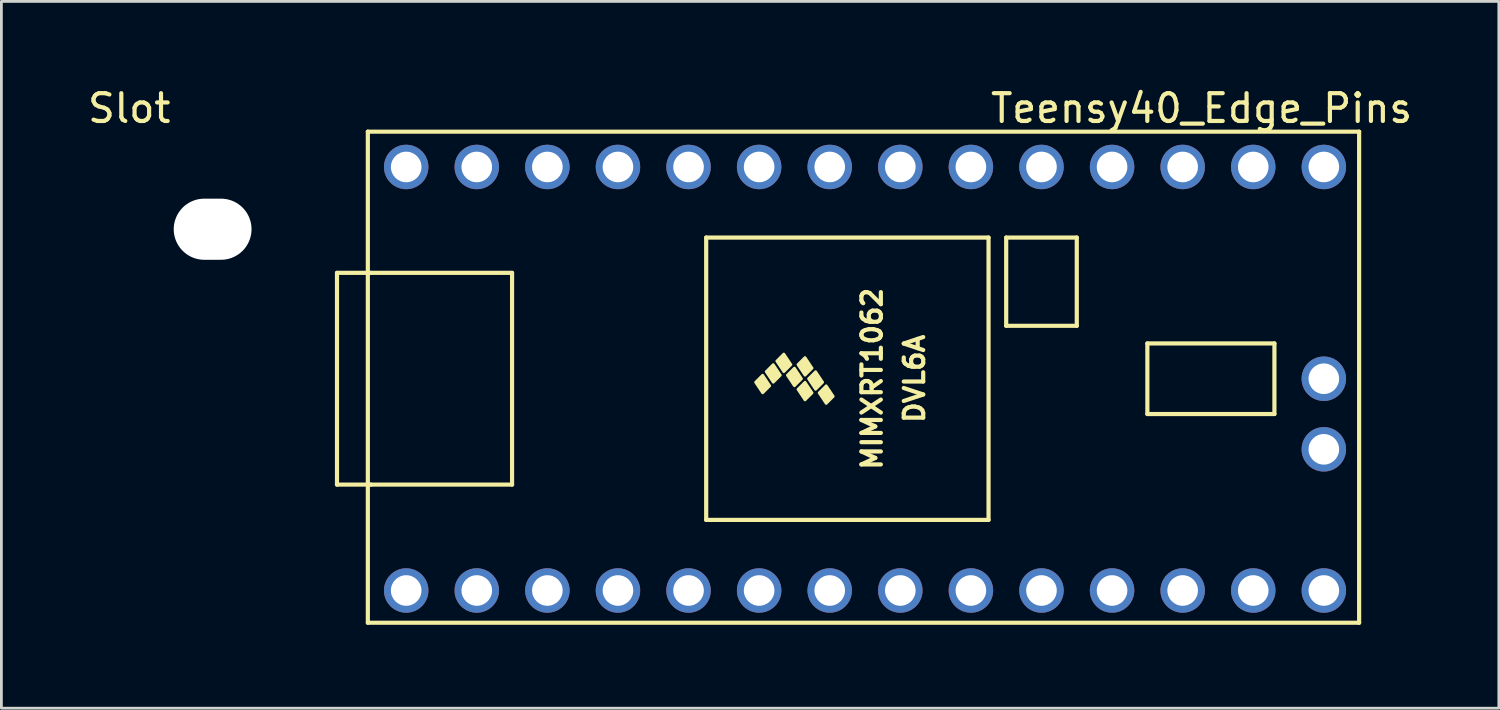
<source format=kicad_pcb>
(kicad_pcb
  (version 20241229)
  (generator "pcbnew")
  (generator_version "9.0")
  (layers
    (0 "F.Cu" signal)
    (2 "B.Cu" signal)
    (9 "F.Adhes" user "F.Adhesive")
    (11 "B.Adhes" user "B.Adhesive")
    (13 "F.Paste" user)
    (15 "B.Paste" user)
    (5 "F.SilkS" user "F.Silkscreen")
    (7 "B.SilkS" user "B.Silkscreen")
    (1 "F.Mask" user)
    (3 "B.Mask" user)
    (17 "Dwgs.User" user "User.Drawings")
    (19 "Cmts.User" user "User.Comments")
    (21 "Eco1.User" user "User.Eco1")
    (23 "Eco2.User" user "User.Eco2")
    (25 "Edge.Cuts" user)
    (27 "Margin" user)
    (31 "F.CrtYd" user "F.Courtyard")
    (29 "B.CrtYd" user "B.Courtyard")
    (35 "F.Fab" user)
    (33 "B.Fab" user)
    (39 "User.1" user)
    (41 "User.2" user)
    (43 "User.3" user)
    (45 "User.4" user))
  (footprint "Slot"
    (layer "F.Cu")
    (at 4.601 5.198)
    (property "Reference" "Slot" (at -3 -4.35 0) (layer "F.SilkS") (effects (font (size 1 1) (thickness 0.15))))
    (attr through_hole)
    (pad "" np_thru_hole oval (at 0 0) (size 2.8 2.2) (drill oval 2.8 2.2) (layers "*.Cu" "*.Mask")))
  (footprint "Teensy40_Edge_Pins"
    (layer "F.Cu")
    (at 28.076 10.578)
    (property "Reference" "Teensy40_Edge_Pins" (at 12.11 -9.73 0) (layer "F.SilkS") (effects (font (size 1 1) (thickness 0.15))))
    (attr through_hole)
    (fp_line (start -19 -3.81) (end -17.78 -3.81) (stroke (width 0.15) (type solid)) (layer "F.SilkS"))
    (fp_line (start -19 3.81) (end -19 -3.81) (stroke (width 0.15) (type solid)) (layer "F.SilkS"))
    (fp_line (start -17.89 -8.89) (end 17.78 -8.89) (stroke (width 0.15) (type solid)) (layer "F.SilkS"))
    (fp_line (start -17.89 8.78) (end -17.89 -8.89) (stroke (width 0.15) (type solid)) (layer "F.SilkS"))
    (fp_line (start -17.78 3.81) (end -19 3.81) (stroke (width 0.15) (type solid)) (layer "F.SilkS"))
    (fp_line (start -12.7 -3.81) (end -17.78 -3.81) (stroke (width 0.15) (type solid)) (layer "F.SilkS"))
    (fp_line (start -12.7 3.81) (end -17.78 3.81) (stroke (width 0.15) (type solid)) (layer "F.SilkS"))
    (fp_line (start -12.7 3.81) (end -12.7 -3.81) (stroke (width 0.15) (type solid)) (layer "F.SilkS"))
    (fp_line (start -5.715 -5.08) (end -5.715 5.08) (stroke (width 0.15) (type solid)) (layer "F.SilkS"))
    (fp_line (start 4.445 -5.08) (end -5.715 -5.08) (stroke (width 0.15) (type solid)) (layer "F.SilkS"))
    (fp_line (start 4.445 5.08) (end -5.715 5.08) (stroke (width 0.15) (type solid)) (layer "F.SilkS"))
    (fp_line (start 4.445 5.08) (end 4.445 -5.08) (stroke (width 0.15) (type solid)) (layer "F.SilkS"))
    (fp_line (start 5.08 -5.08) (end 7.62 -5.08) (stroke (width 0.15) (type solid)) (layer "F.SilkS"))
    (fp_line (start 5.08 -1.905) (end 5.08 -5.08) (stroke (width 0.15) (type solid)) (layer "F.SilkS"))
    (fp_line (start 7.62 -5.08) (end 7.62 -1.905) (stroke (width 0.15) (type solid)) (layer "F.SilkS"))
    (fp_line (start 7.62 -1.905) (end 5.08 -1.905) (stroke (width 0.15) (type solid)) (layer "F.SilkS"))
    (fp_line (start 10.16 -1.27) (end 14.732 -1.27) (stroke (width 0.15) (type solid)) (layer "F.SilkS"))
    (fp_line (start 10.16 1.27) (end 10.16 -1.27) (stroke (width 0.15) (type solid)) (layer "F.SilkS"))
    (fp_line (start 14.732 -1.27) (end 14.732 1.27) (stroke (width 0.15) (type solid)) (layer "F.SilkS"))
    (fp_line (start 14.732 1.27) (end 10.16 1.27) (stroke (width 0.15) (type solid)) (layer "F.SilkS"))
    (fp_line (start 17.78 -8.89) (end 17.78 8.78) (stroke (width 0.15) (type solid)) (layer "F.SilkS"))
    (fp_line (start 17.78 8.78) (end -17.89 8.78) (stroke (width 0.15) (type solid)) (layer "F.SilkS"))
    (fp_poly (pts (xy -3.937 0.127) (xy -3.683 -0.127) (xy -3.429 0.254) (xy -3.683 0.508)) (stroke (width 0.1) (type solid)) (fill yes) (layer "F.SilkS"))
    (fp_poly (pts (xy -3.556 -0.254) (xy -3.302 -0.508) (xy -3.048 -0.127) (xy -3.302 0.127)) (stroke (width 0.1) (type solid)) (fill yes) (layer "F.SilkS"))
    (fp_poly (pts (xy -3.175 -0.635) (xy -2.921 -0.889) (xy -2.667 -0.508) (xy -2.921 -0.254)) (stroke (width 0.1) (type solid)) (fill yes) (layer "F.SilkS"))
    (fp_poly (pts (xy -2.794 -0.127) (xy -2.54 -0.381) (xy -2.286 0) (xy -2.54 0.254)) (stroke (width 0.1) (type solid)) (fill yes) (layer "F.SilkS"))
    (fp_poly (pts (xy -2.413 -0.508) (xy -2.159 -0.762) (xy -1.905 -0.381) (xy -2.159 -0.127)) (stroke (width 0.1) (type solid)) (fill yes) (layer "F.SilkS"))
    (fp_poly (pts (xy -2.413 0.381) (xy -2.159 0.127) (xy -1.905 0.508) (xy -2.159 0.762)) (stroke (width 0.1) (type solid)) (fill yes) (layer "F.SilkS"))
    (fp_poly (pts (xy -2.032 0) (xy -1.778 -0.254) (xy -1.524 0.127) (xy -1.778 0.381)) (stroke (width 0.1) (type solid)) (fill yes) (layer "F.SilkS"))
    (fp_poly (pts (xy -1.651 0.508) (xy -1.397 0.254) (xy -1.143 0.635) (xy -1.397 0.889)) (stroke (width 0.1) (type solid)) (fill yes) (layer "F.SilkS"))
    (fp_text user "MIMXRT1062" (at 0.254 0 90) (layer "F.SilkS") (effects (font (size 0.7 0.7) (thickness 0.15))))
    (fp_text user "DVL6A" (at 1.778 0 90) (layer "F.SilkS") (effects (font (size 0.7 0.7) (thickness 0.15))))
    (pad "1" thru_hole circle (at -16.51 7.62) (size 1.6 1.6) (drill 1.1) (layers "*.Cu" "*.Mask"))
    (pad "2" thru_hole circle (at -13.97 7.62) (size 1.6 1.6) (drill 1.1) (layers "*.Cu" "*.Mask"))
    (pad "3" thru_hole circle (at -11.43 7.62) (size 1.6 1.6) (drill 1.1) (layers "*.Cu" "*.Mask"))
    (pad "4" thru_hole circle (at -8.89 7.62) (size 1.6 1.6) (drill 1.1) (layers "*.Cu" "*.Mask"))
    (pad "5" thru_hole circle (at -6.35 7.62) (size 1.6 1.6) (drill 1.1) (layers "*.Cu" "*.Mask"))
    (pad "6" thru_hole circle (at -3.81 7.62) (size 1.6 1.6) (drill 1.1) (layers "*.Cu" "*.Mask"))
    (pad "7" thru_hole circle (at -1.27 7.62) (size 1.6 1.6) (drill 1.1) (layers "*.Cu" "*.Mask"))
    (pad "8" thru_hole circle (at 1.27 7.62) (size 1.6 1.6) (drill 1.1) (layers "*.Cu" "*.Mask"))
    (pad "9" thru_hole circle (at 3.81 7.62) (size 1.6 1.6) (drill 1.1) (layers "*.Cu" "*.Mask"))
    (pad "10" thru_hole circle (at 6.35 7.62) (size 1.6 1.6) (drill 1.1) (layers "*.Cu" "*.Mask"))
    (pad "11" thru_hole circle (at 8.89 7.62) (size 1.6 1.6) (drill 1.1) (layers "*.Cu" "*.Mask"))
    (pad "12" thru_hole circle (at 11.43 7.62) (size 1.6 1.6) (drill 1.1) (layers "*.Cu" "*.Mask"))
    (pad "13" thru_hole circle (at 13.97 7.62) (size 1.6 1.6) (drill 1.1) (layers "*.Cu" "*.Mask"))
    (pad "14" thru_hole circle (at 16.51 7.62) (size 1.6 1.6) (drill 1.1) (layers "*.Cu" "*.Mask"))
    (pad "16" thru_hole circle (at 16.51 2.54) (size 1.6 1.6) (drill 1.1) (layers "*.Cu" "*.Mask"))
    (pad "17" thru_hole circle (at 16.51 0) (size 1.6 1.6) (drill 1.1) (layers "*.Cu" "*.Mask"))
    (pad "20" thru_hole circle (at 16.51 -7.62) (size 1.6 1.6) (drill 1.1) (layers "*.Cu" "*.Mask"))
    (pad "21" thru_hole circle (at 13.97 -7.62) (size 1.6 1.6) (drill 1.1) (layers "*.Cu" "*.Mask"))
    (pad "22" thru_hole circle (at 11.43 -7.62) (size 1.6 1.6) (drill 1.1) (layers "*.Cu" "*.Mask"))
    (pad "23" thru_hole circle (at 8.89 -7.62) (size 1.6 1.6) (drill 1.1) (layers "*.Cu" "*.Mask"))
    (pad "24" thru_hole circle (at 6.35 -7.62) (size 1.6 1.6) (drill 1.1) (layers "*.Cu" "*.Mask"))
    (pad "25" thru_hole circle (at 3.81 -7.62) (size 1.6 1.6) (drill 1.1) (layers "*.Cu" "*.Mask"))
    (pad "26" thru_hole circle (at 1.27 -7.62) (size 1.6 1.6) (drill 1.1) (layers "*.Cu" "*.Mask"))
    (pad "27" thru_hole circle (at -1.27 -7.62) (size 1.6 1.6) (drill 1.1) (layers "*.Cu" "*.Mask"))
    (pad "28" thru_hole circle (at -3.81 -7.62) (size 1.6 1.6) (drill 1.1) (layers "*.Cu" "*.Mask"))
    (pad "29" thru_hole circle (at -6.35 -7.62) (size 1.6 1.6) (drill 1.1) (layers "*.Cu" "*.Mask"))
    (pad "30" thru_hole circle (at -8.89 -7.62) (size 1.6 1.6) (drill 1.1) (layers "*.Cu" "*.Mask"))
    (pad "31" thru_hole circle (at -11.43 -7.62) (size 1.6 1.6) (drill 1.1) (layers "*.Cu" "*.Mask"))
    (pad "32" thru_hole circle (at -13.97 -7.62) (size 1.6 1.6) (drill 1.1) (layers "*.Cu" "*.Mask"))
    (pad "33" thru_hole circle (at -16.51 -7.62) (size 1.6 1.6) (drill 1.1) (layers "*.Cu" "*.Mask")))
  (gr_rect
    (start -3 -3)
    (end 50.883 22.433)
    (stroke (width 0.1) (type default))
    (fill no)
    (layer "Edge.Cuts")))
</source>
